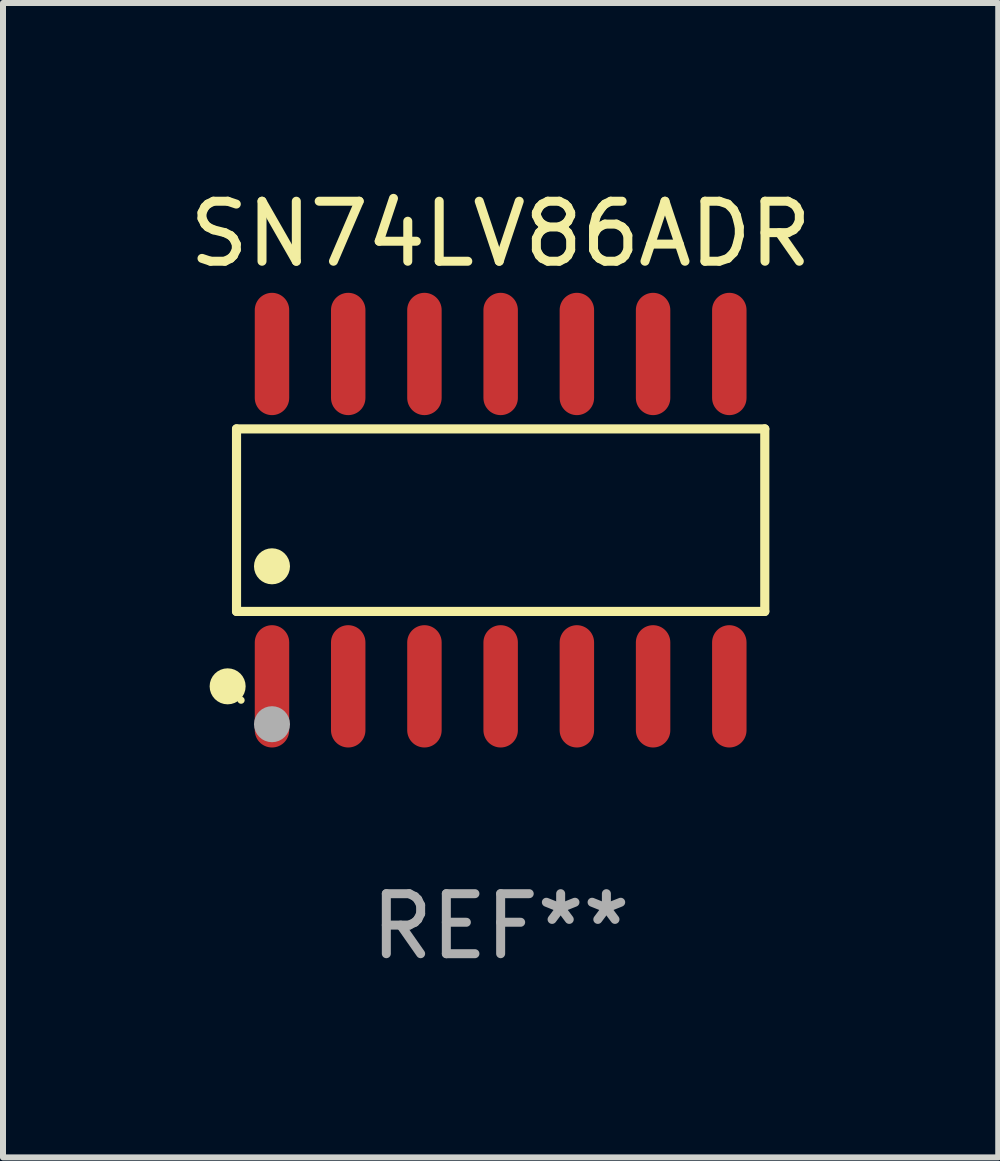
<source format=kicad_pcb>
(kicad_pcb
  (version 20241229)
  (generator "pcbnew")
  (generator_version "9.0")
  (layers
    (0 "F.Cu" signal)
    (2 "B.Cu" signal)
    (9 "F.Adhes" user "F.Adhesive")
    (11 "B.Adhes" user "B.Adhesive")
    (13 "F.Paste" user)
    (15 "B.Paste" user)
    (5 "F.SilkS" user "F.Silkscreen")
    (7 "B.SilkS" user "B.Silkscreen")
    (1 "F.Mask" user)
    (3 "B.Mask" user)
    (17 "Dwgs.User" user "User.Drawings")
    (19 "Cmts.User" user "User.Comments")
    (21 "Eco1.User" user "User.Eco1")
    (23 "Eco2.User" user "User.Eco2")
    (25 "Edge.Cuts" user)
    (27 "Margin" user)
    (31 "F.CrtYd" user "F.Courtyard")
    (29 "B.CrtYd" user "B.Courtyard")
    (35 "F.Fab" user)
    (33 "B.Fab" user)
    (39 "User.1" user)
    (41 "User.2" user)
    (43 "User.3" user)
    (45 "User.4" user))
  (footprint "SN74LV86ADR"
    (layer "F.Cu")
    (at 5.292 5.617)
    (property "Reference" "SN74LV86ADR" (at 0 -4.769 0) (layer "F.SilkS") (effects (font (size 1 1) (thickness 0.15))))
    (attr through_hole)
    (fp_line (start -4.401 -1.521) (end 4.401 -1.521) (stroke (width 0.152) (type solid)) (layer "F.SilkS"))
    (fp_line (start -4.401 1.521) (end -4.401 -1.521) (stroke (width 0.152) (type solid)) (layer "F.SilkS"))
    (fp_line (start 4.401 -1.521) (end 4.401 1.521) (stroke (width 0.152) (type solid)) (layer "F.SilkS"))
    (fp_line (start 4.401 1.521) (end -4.401 1.521) (stroke (width 0.152) (type solid)) (layer "F.SilkS"))
    (fp_circle (center -4.549 2.769) (end -4.399 2.769) (stroke (width 0.3) (type solid)) (fill no) (layer "F.SilkS"))
    (fp_circle (center -4.325 3) (end -4.295 3) (stroke (width 0.06) (type solid)) (fill no) (layer "F.SilkS"))
    (fp_circle (center -3.81 0.769) (end -3.66 0.769) (stroke (width 0.3) (type solid)) (fill no) (layer "F.SilkS"))
    (fp_circle (center -3.81 3.4) (end -3.66 3.4) (stroke (width 0.3) (type solid)) (fill no) (layer "F.Fab"))
    (fp_text user "REF**" (at 0 6.769 0) (layer "F.Fab") (effects (font (size 1 1) (thickness 0.15))))
    (pad "1" smd oval (at -3.81 2.769) (size 0.574 2.038) (layers "F.Cu" "F.Mask" "F.Paste"))
    (pad "2" smd oval (at -2.54 2.769) (size 0.574 2.038) (layers "F.Cu" "F.Mask" "F.Paste"))
    (pad "3" smd oval (at -1.27 2.769) (size 0.574 2.038) (layers "F.Cu" "F.Mask" "F.Paste"))
    (pad "4" smd oval (at 0 2.769) (size 0.574 2.038) (layers "F.Cu" "F.Mask" "F.Paste"))
    (pad "5" smd oval (at 1.27 2.769) (size 0.574 2.038) (layers "F.Cu" "F.Mask" "F.Paste"))
    (pad "6" smd oval (at 2.54 2.769) (size 0.574 2.038) (layers "F.Cu" "F.Mask" "F.Paste"))
    (pad "7" smd oval (at 3.81 2.769) (size 0.574 2.038) (layers "F.Cu" "F.Mask" "F.Paste"))
    (pad "8" smd oval (at 3.81 -2.769) (size 0.574 2.038) (layers "F.Cu" "F.Mask" "F.Paste"))
    (pad "9" smd oval (at 2.54 -2.769) (size 0.574 2.038) (layers "F.Cu" "F.Mask" "F.Paste"))
    (pad "10" smd oval (at 1.27 -2.769) (size 0.574 2.038) (layers "F.Cu" "F.Mask" "F.Paste"))
    (pad "11" smd oval (at 0 -2.769) (size 0.574 2.038) (layers "F.Cu" "F.Mask" "F.Paste"))
    (pad "12" smd oval (at -1.27 -2.769) (size 0.574 2.038) (layers "F.Cu" "F.Mask" "F.Paste"))
    (pad "13" smd oval (at -2.54 -2.769) (size 0.574 2.038) (layers "F.Cu" "F.Mask" "F.Paste"))
    (pad "14" smd oval (at -3.81 -2.769) (size 0.574 2.038) (layers "F.Cu" "F.Mask" "F.Paste")))
  (gr_rect
    (start -3 -3)
    (end 13.583 16.235)
    (stroke (width 0.1) (type default))
    (fill no)
    (layer "Edge.Cuts")))
</source>
